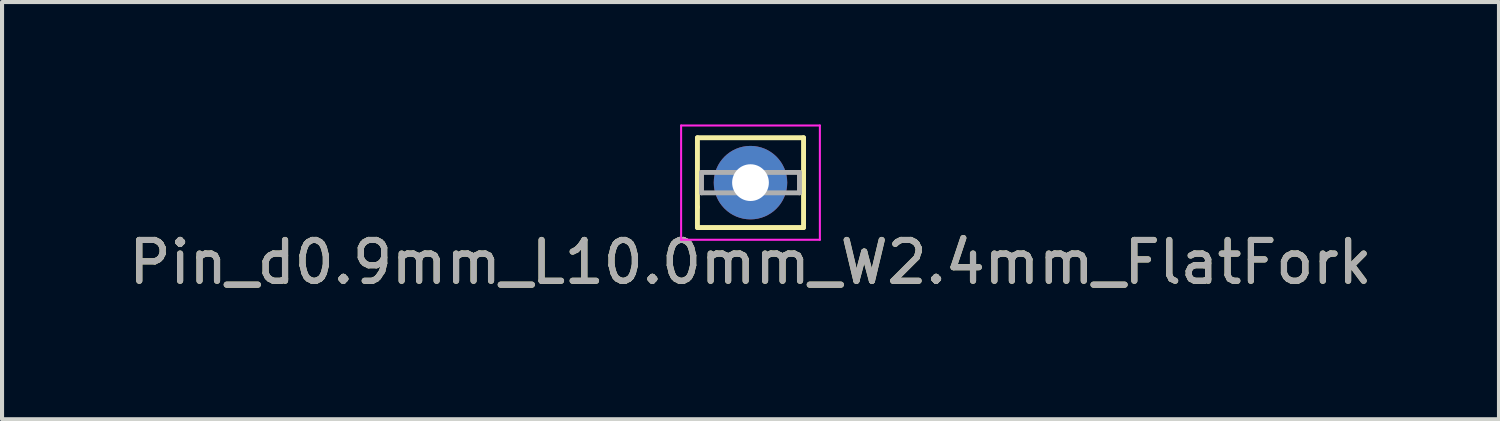
<source format=kicad_pcb>
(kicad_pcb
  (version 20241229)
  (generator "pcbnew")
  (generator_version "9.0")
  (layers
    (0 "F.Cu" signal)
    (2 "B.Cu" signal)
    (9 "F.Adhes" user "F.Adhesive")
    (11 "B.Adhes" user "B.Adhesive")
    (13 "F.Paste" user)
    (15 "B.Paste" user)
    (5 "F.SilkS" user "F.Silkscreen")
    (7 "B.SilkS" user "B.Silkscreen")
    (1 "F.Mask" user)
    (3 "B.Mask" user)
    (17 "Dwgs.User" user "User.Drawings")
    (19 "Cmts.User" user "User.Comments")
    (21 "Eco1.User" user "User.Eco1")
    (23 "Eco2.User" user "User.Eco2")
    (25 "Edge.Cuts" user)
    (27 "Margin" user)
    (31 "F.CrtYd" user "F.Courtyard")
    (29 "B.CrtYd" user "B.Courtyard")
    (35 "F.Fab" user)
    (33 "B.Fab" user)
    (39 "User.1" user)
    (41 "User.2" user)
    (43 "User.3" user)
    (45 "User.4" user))
  (footprint "Pin_d0.9mm_L10.0mm_W2.4mm_FlatFork"
    (layer "F.Cu")
    (at 15.339 1.425)
    (property "Reference" "Pin_d0.9mm_L10.0mm_W2.4mm_FlatFork" (at 0 1.95 0) (layer "F.SilkS") (effects (font (size 1 1) (thickness 0.15))))
    (attr through_hole)
    (fp_line (start -1.3 -1.1) (end -1.3 0.6) (stroke (width 0.12) (type solid)) (layer "F.SilkS"))
    (fp_line (start -1.3 0.6) (end -1.3 1.1) (stroke (width 0.12) (type solid)) (layer "F.SilkS"))
    (fp_line (start -1.3 1.1) (end 1.3 1.1) (stroke (width 0.12) (type solid)) (layer "F.SilkS"))
    (fp_line (start 1.3 -1.1) (end -1.3 -1.1) (stroke (width 0.12) (type solid)) (layer "F.SilkS"))
    (fp_line (start 1.3 1.1) (end 1.3 -1.1) (stroke (width 0.12) (type solid)) (layer "F.SilkS"))
    (fp_line (start -1.7 -1.4) (end -1.7 1.4) (stroke (width 0.05) (type solid)) (layer "F.CrtYd"))
    (fp_line (start -1.7 -1.4) (end 1.7 -1.4) (stroke (width 0.05) (type solid)) (layer "F.CrtYd"))
    (fp_line (start 1.7 1.4) (end -1.7 1.4) (stroke (width 0.05) (type solid)) (layer "F.CrtYd"))
    (fp_line (start 1.7 1.4) (end 1.7 -1.4) (stroke (width 0.05) (type solid)) (layer "F.CrtYd"))
    (fp_line (start -1.2 -0.25) (end -1.2 0.25) (stroke (width 0.12) (type solid)) (layer "F.Fab"))
    (fp_line (start -1.2 0.25) (end 1.2 0.25) (stroke (width 0.12) (type solid)) (layer "F.Fab"))
    (fp_line (start 1.2 -0.25) (end -1.2 -0.25) (stroke (width 0.12) (type solid)) (layer "F.Fab"))
    (fp_line (start 1.2 0.25) (end 1.2 -0.25) (stroke (width 0.12) (type solid)) (layer "F.Fab"))
    (fp_text user "${REFERENCE}" (at 0 1.95 0) (layer "F.Fab") (effects (font (size 1 1) (thickness 0.15))))
    (pad "1" thru_hole circle (at 0 0) (size 1.8 1.8) (drill 0.9) (layers "*.Cu" "*.Mask")))
  (gr_rect
    (start -3 -3)
    (end 33.679 7.223)
    (stroke (width 0.1) (type default))
    (fill no)
    (layer "Edge.Cuts")))
</source>
